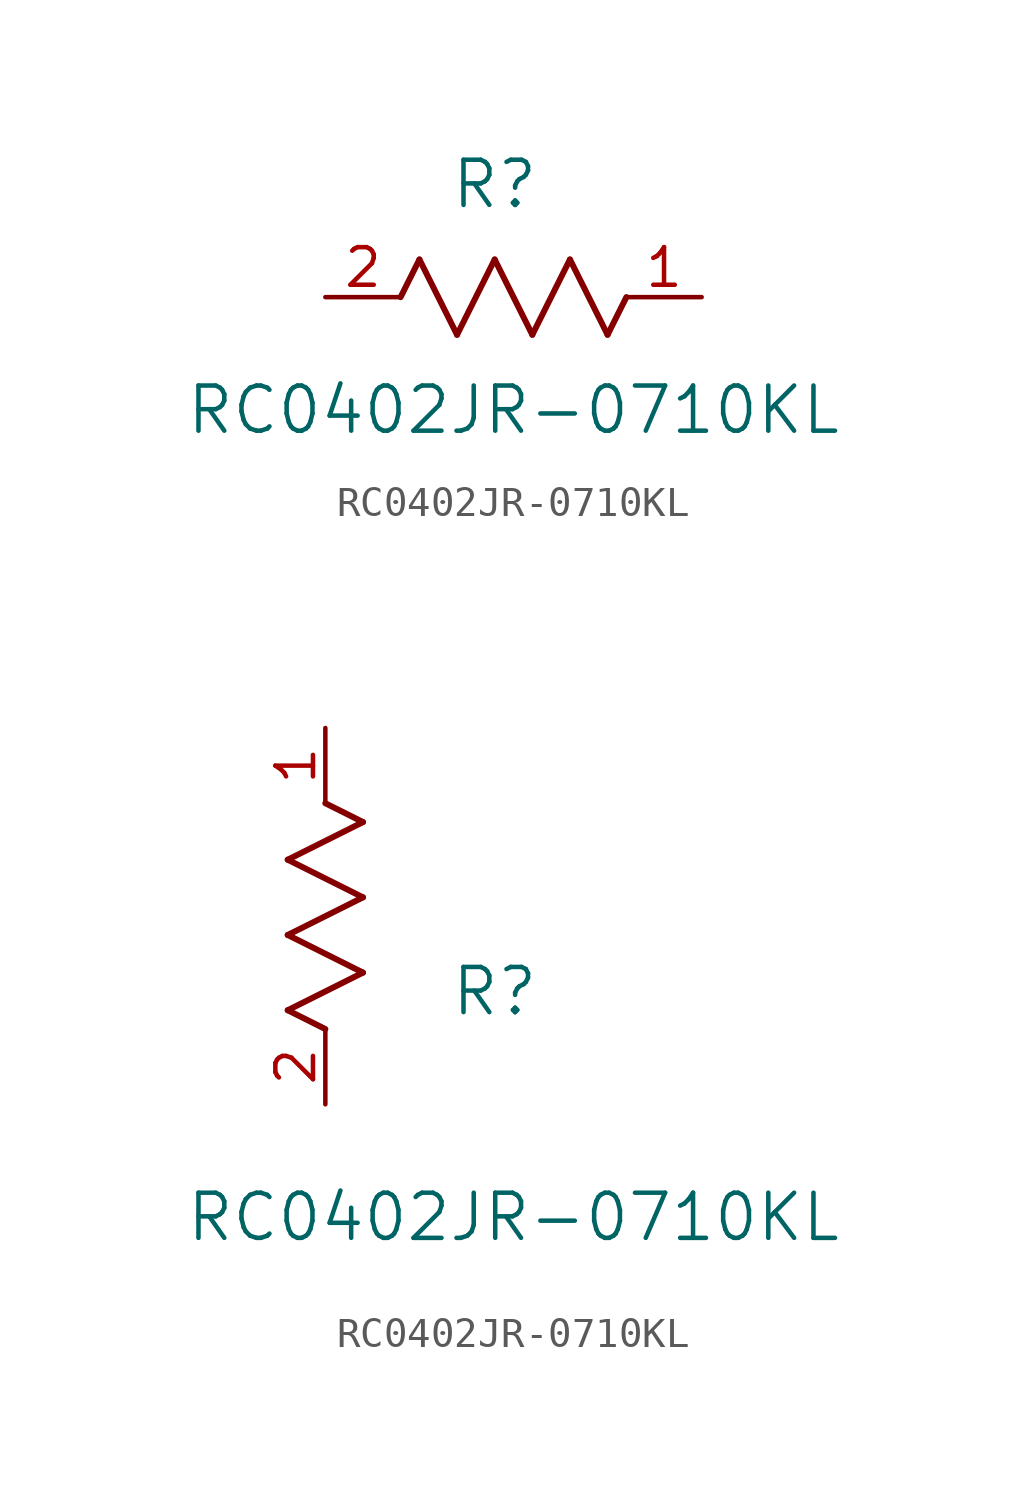
<source format=kicad_sym>
(kicad_symbol_lib
  (version 20211014)
  (generator kicad_symbol_editor)
  (symbol "RC0402JR-0710KL"
    (pin_names
      (offset 0.254))
    (property "Reference" "R"
      (at 5.715 3.81 0)
      (effects (font (size 1.524 1.524))))
    (property "Value" "RC0402JR-0710KL"
      (at 6.35 -3.81 0)
      (effects (font (size 1.524 1.524))))
    (symbol "RC0402JR-0710KL_1_1"
      (polyline (pts (xy 3.175 1.27) (xy 4.445 -1.27)) (stroke (width 0.203) (type default) (color 0 0 0 0)) (fill (type none)))
      (polyline (pts (xy 4.445 -1.27) (xy 5.715 1.27)) (stroke (width 0.203) (type default) (color 0 0 0 0)) (fill (type none)))
      (polyline (pts (xy 5.715 1.27) (xy 6.985 -1.27)) (stroke (width 0.203) (type default) (color 0 0 0 0)) (fill (type none)))
      (polyline (pts (xy 6.985 -1.27) (xy 8.255 1.27)) (stroke (width 0.203) (type default) (color 0 0 0 0)) (fill (type none)))
      (polyline (pts (xy 8.255 1.27) (xy 9.525 -1.27)) (stroke (width 0.203) (type default) (color 0 0 0 0)) (fill (type none)))
      (polyline (pts (xy 2.54 0) (xy 3.175 1.27)) (stroke (width 0.203) (type default) (color 0 0 0 0)) (fill (type none)))
      (polyline (pts (xy 9.525 -1.27) (xy 10.16 0)) (stroke (width 0.203) (type default) (color 0 0 0 0)) (fill (type none)))
      (pin unspecified line (at 12.7 0 180) (length 2.54) (name "" (effects (font (size 1.27 1.27)))) (number "1" (effects (font (size 1.27 1.27)))))
      (pin unspecified line (at 0 0 0) (length 2.54) (name "" (effects (font (size 1.27 1.27)))) (number "2" (effects (font (size 1.27 1.27))))))
    (symbol "RC0402JR-0710KL_1_2"
      (polyline (pts (xy 0 2.54) (xy -1.27 3.175)) (stroke (width 0.203) (type default) (color 0 0 0 0)) (fill (type none)))
      (polyline (pts (xy -1.27 3.175) (xy 1.27 4.445)) (stroke (width 0.203) (type default) (color 0 0 0 0)) (fill (type none)))
      (polyline (pts (xy 1.27 4.445) (xy -1.27 5.715)) (stroke (width 0.203) (type default) (color 0 0 0 0)) (fill (type none)))
      (polyline (pts (xy -1.27 5.715) (xy 1.27 6.985)) (stroke (width 0.203) (type default) (color 0 0 0 0)) (fill (type none)))
      (polyline (pts (xy -1.27 8.255) (xy 1.27 9.525)) (stroke (width 0.203) (type default) (color 0 0 0 0)) (fill (type none)))
      (polyline (pts (xy 1.27 9.525) (xy 0 10.16)) (stroke (width 0.203) (type default) (color 0 0 0 0)) (fill (type none)))
      (polyline (pts (xy 1.27 6.985) (xy -1.27 8.255)) (stroke (width 0.203) (type default) (color 0 0 0 0)) (fill (type none)))
      (pin unspecified line (at 0 12.7 270) (length 2.54) (name "" (effects (font (size 1.27 1.27)))) (number "1" (effects (font (size 1.27 1.27)))))
      (pin unspecified line (at 0 0 90) (length 2.54) (name "" (effects (font (size 1.27 1.27)))) (number "2" (effects (font (size 1.27 1.27))))))))
</source>
